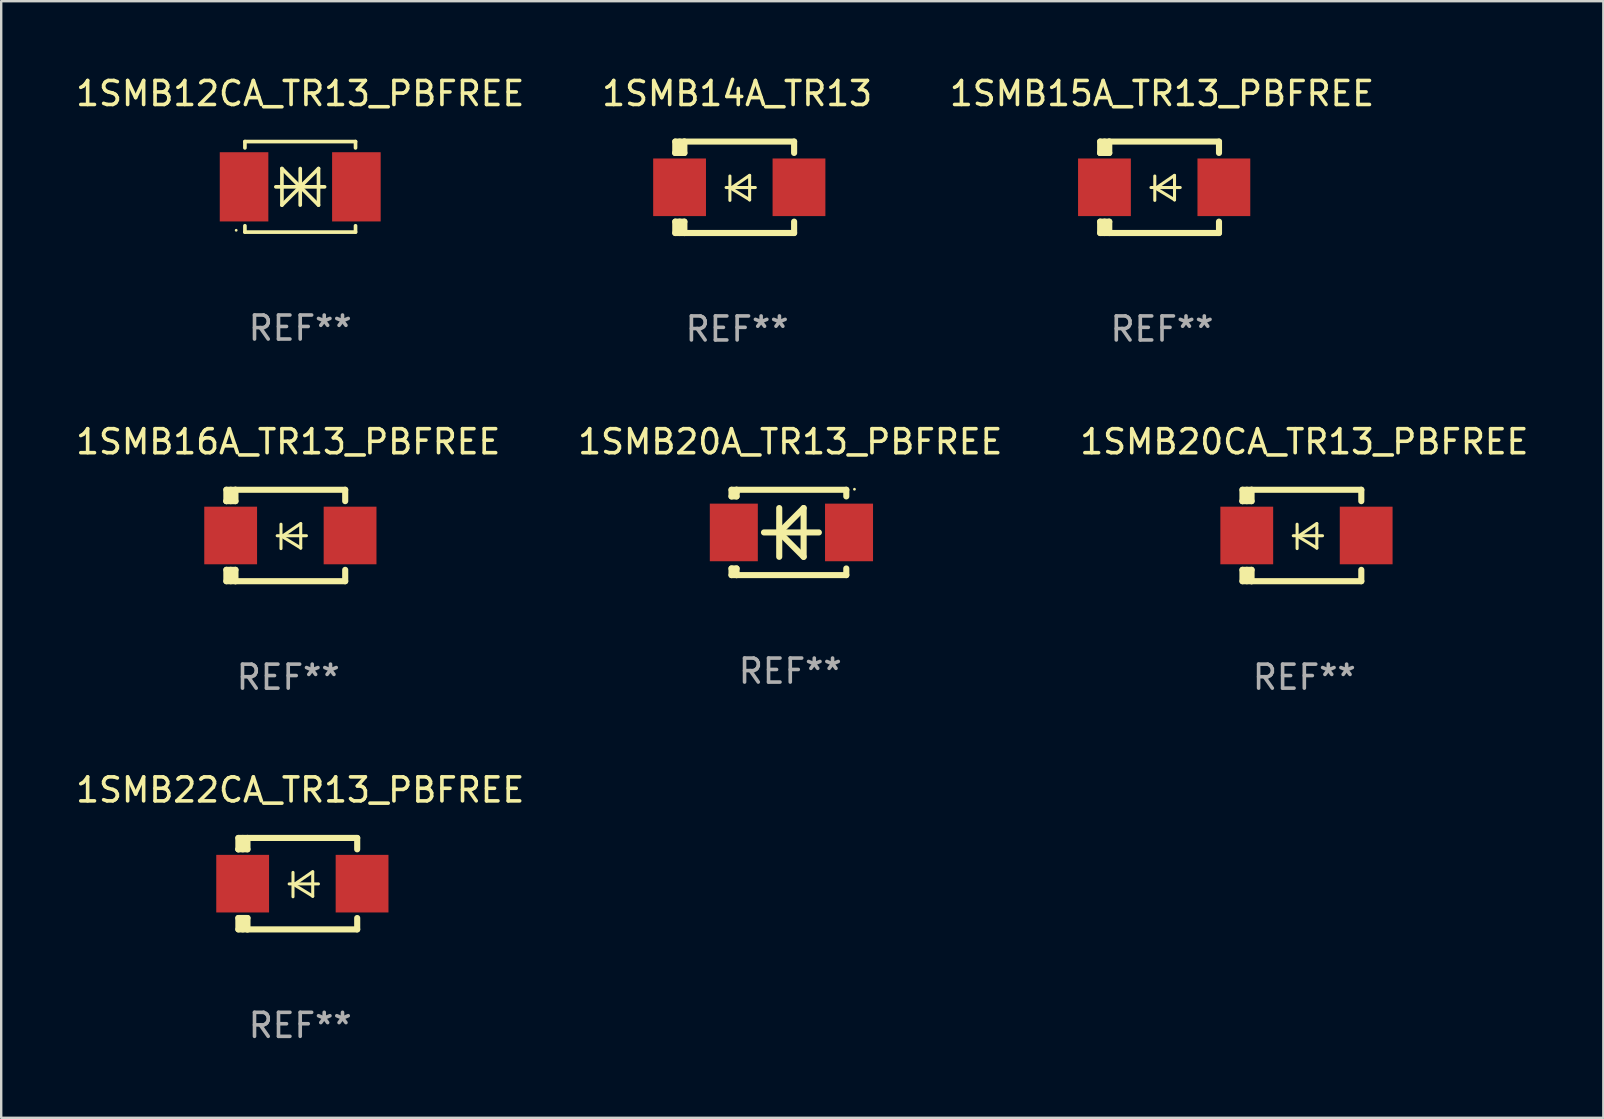
<source format=kicad_pcb>
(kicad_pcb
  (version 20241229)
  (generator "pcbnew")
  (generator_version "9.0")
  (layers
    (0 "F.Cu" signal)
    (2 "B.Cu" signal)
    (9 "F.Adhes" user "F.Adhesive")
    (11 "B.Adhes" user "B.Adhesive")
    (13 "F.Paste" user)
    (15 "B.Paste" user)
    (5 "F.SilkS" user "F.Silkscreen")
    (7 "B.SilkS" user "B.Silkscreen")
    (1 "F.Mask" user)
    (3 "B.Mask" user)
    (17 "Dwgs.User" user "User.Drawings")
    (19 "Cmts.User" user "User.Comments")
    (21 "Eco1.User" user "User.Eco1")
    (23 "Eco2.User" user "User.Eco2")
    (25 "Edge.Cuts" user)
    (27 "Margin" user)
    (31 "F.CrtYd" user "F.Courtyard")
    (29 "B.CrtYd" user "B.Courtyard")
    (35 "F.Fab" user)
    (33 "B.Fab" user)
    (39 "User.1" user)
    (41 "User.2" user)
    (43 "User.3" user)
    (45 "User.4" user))
  (footprint "1SMB16A_TR13_PBFREE"
    (layer "F.Cu")
    (at 8.958 19.26)
    (property "Reference" "1SMB16A_TR13_PBFREE" (at 0 -3.905 0) (layer "F.SilkS") (effects (font (size 1 1) (thickness 0.15))))
    (attr through_hole)
    (fp_line (start -2.577 -1.905) (end -2.577 -1.431) (stroke (width 0.254) (type solid)) (layer "F.SilkS"))
    (fp_line (start -2.577 1.431) (end -2.577 1.905) (stroke (width 0.254) (type solid)) (layer "F.SilkS"))
    (fp_line (start -2.577 1.431) (end -2.198 1.431) (stroke (width 0.254) (type solid)) (layer "F.SilkS"))
    (fp_line (start -2.577 1.905) (end -2.198 1.905) (stroke (width 0.254) (type solid)) (layer "F.SilkS"))
    (fp_line (start -2.577 -1.431) (end -2.577 -1.431) (stroke (width 0.254) (type solid)) (layer "F.SilkS"))
    (fp_line (start -2.395 -1.431) (end -2.395 -1.905) (stroke (width 0.254) (type solid)) (layer "F.SilkS"))
    (fp_line (start -2.395 1.905) (end -2.395 1.431) (stroke (width 0.254) (type solid)) (layer "F.SilkS"))
    (fp_line (start -2.198 -1.905) (end -2.577 -1.905) (stroke (width 0.254) (type solid)) (layer "F.SilkS"))
    (fp_line (start -2.198 -1.905) (end 2.374 -1.905) (stroke (width 0.254) (type solid)) (layer "F.SilkS"))
    (fp_line (start -2.198 -1.431) (end -2.577 -1.431) (stroke (width 0.254) (type solid)) (layer "F.SilkS"))
    (fp_line (start -2.198 -1.431) (end -2.198 -1.905) (stroke (width 0.254) (type solid)) (layer "F.SilkS"))
    (fp_line (start -2.198 1.905) (end -2.198 1.431) (stroke (width 0.254) (type solid)) (layer "F.SilkS"))
    (fp_line (start -0.46 0.01) (end 0.759 0.01) (stroke (width 0.127) (type solid)) (layer "F.SilkS"))
    (fp_line (start -0.301 -0.47) (end -0.301 0.546) (stroke (width 0.127) (type solid)) (layer "F.SilkS"))
    (fp_line (start -0.262 0.04) (end 0.521 0.52) (stroke (width 0.127) (type solid)) (layer "F.SilkS"))
    (fp_line (start 0.521 -0.5) (end -0.262 0.04) (stroke (width 0.127) (type solid)) (layer "F.SilkS"))
    (fp_line (start 0.521 0.53) (end 0.521 -0.486) (stroke (width 0.127) (type solid)) (layer "F.SilkS"))
    (fp_line (start 2.374 -1.905) (end 2.374 -1.431) (stroke (width 0.254) (type solid)) (layer "F.SilkS"))
    (fp_line (start 2.374 1.431) (end 2.374 1.905) (stroke (width 0.254) (type solid)) (layer "F.SilkS"))
    (fp_line (start 2.374 1.905) (end -2.198 1.905) (stroke (width 0.254) (type solid)) (layer "F.SilkS"))
    (fp_circle (center -2.561 1.8) (end -2.531 1.8) (stroke (width 0.06) (type solid)) (fill no) (layer "F.SilkS"))
    (fp_text user "REF**" (at 0 5.905 0) (layer "F.Fab") (effects (font (size 1 1) (thickness 0.15))))
    (pad "1" smd rect (at -2.398 -0.000025) (size 2.2 2.4) (layers "F.Cu" "F.Mask" "F.Paste"))
    (pad "2" smd rect (at 2.577 -0.000025) (size 2.2 2.4) (layers "F.Cu" "F.Mask" "F.Paste")))
  (footprint "1SMB12CA_TR13_PBFREE"
    (layer "F.Cu")
    (at 9.458 4.734)
    (property "Reference" "1SMB12CA_TR13_PBFREE" (at 0 -3.886 0) (layer "F.SilkS") (effects (font (size 1 1) (thickness 0.15))))
    (attr through_hole)
    (fp_line (start -2.304 -1.886) (end -2.304 -1.622) (stroke (width 0.152) (type solid)) (layer "F.SilkS"))
    (fp_line (start -2.304 -1.886) (end 2.304 -1.886) (stroke (width 0.152) (type solid)) (layer "F.SilkS"))
    (fp_line (start -2.304 1.622) (end -2.304 1.886) (stroke (width 0.152) (type solid)) (layer "F.SilkS"))
    (fp_line (start -2.304 1.886) (end 2.304 1.886) (stroke (width 0.152) (type solid)) (layer "F.SilkS"))
    (fp_line (start -1.016 0) (end 1.016 0) (stroke (width 0.152) (type solid)) (layer "F.SilkS"))
    (fp_line (start -0.762 -0.762) (end -0.762 0.762) (stroke (width 0.152) (type solid)) (layer "F.SilkS"))
    (fp_line (start -0.762 0.762) (end 0 0) (stroke (width 0.152) (type solid)) (layer "F.SilkS"))
    (fp_line (start 0 -0.762) (end 0 0.762) (stroke (width 0.152) (type solid)) (layer "F.SilkS"))
    (fp_line (start 0 0) (end -0.762 -0.762) (stroke (width 0.152) (type solid)) (layer "F.SilkS"))
    (fp_line (start 0 0) (end 0.762 0.762) (stroke (width 0.152) (type solid)) (layer "F.SilkS"))
    (fp_line (start 0.762 -0.762) (end 0 0) (stroke (width 0.152) (type solid)) (layer "F.SilkS"))
    (fp_line (start 0.762 0.762) (end 0.762 -0.762) (stroke (width 0.152) (type solid)) (layer "F.SilkS"))
    (fp_line (start 2.304 -1.886) (end 2.304 -1.622) (stroke (width 0.152) (type solid)) (layer "F.SilkS"))
    (fp_line (start 2.304 1.622) (end 2.304 1.886) (stroke (width 0.152) (type solid)) (layer "F.SilkS"))
    (fp_circle (center -2.668 1.81) (end -2.638 1.81) (stroke (width 0.06) (type solid)) (fill no) (layer "F.SilkS"))
    (fp_text user "REF**" (at 0 5.886 0) (layer "F.Fab") (effects (font (size 1 1) (thickness 0.15))))
    (pad "1" smd rect (at -2.34 0) (size 2.024 2.884) (layers "F.Cu" "F.Mask" "F.Paste"))
    (pad "2" smd rect (at 2.34 0) (size 2.024 2.884) (layers "F.Cu" "F.Mask" "F.Paste")))
  (footprint "1SMB14A_TR13"
    (layer "F.Cu")
    (at 27.661 4.753)
    (property "Reference" "1SMB14A_TR13" (at 0 -3.905 0) (layer "F.SilkS") (effects (font (size 1 1) (thickness 0.15))))
    (attr through_hole)
    (fp_line (start -2.577 -1.905) (end -2.577 -1.431) (stroke (width 0.254) (type solid)) (layer "F.SilkS"))
    (fp_line (start -2.577 1.431) (end -2.577 1.905) (stroke (width 0.254) (type solid)) (layer "F.SilkS"))
    (fp_line (start -2.577 1.431) (end -2.198 1.431) (stroke (width 0.254) (type solid)) (layer "F.SilkS"))
    (fp_line (start -2.577 1.905) (end -2.198 1.905) (stroke (width 0.254) (type solid)) (layer "F.SilkS"))
    (fp_line (start -2.577 -1.431) (end -2.577 -1.431) (stroke (width 0.254) (type solid)) (layer "F.SilkS"))
    (fp_line (start -2.395 -1.431) (end -2.395 -1.905) (stroke (width 0.254) (type solid)) (layer "F.SilkS"))
    (fp_line (start -2.395 1.905) (end -2.395 1.431) (stroke (width 0.254) (type solid)) (layer "F.SilkS"))
    (fp_line (start -2.198 -1.905) (end -2.577 -1.905) (stroke (width 0.254) (type solid)) (layer "F.SilkS"))
    (fp_line (start -2.198 -1.905) (end 2.374 -1.905) (stroke (width 0.254) (type solid)) (layer "F.SilkS"))
    (fp_line (start -2.198 -1.431) (end -2.577 -1.431) (stroke (width 0.254) (type solid)) (layer "F.SilkS"))
    (fp_line (start -2.198 -1.431) (end -2.198 -1.905) (stroke (width 0.254) (type solid)) (layer "F.SilkS"))
    (fp_line (start -2.198 1.905) (end -2.198 1.431) (stroke (width 0.254) (type solid)) (layer "F.SilkS"))
    (fp_line (start -0.46 0.01) (end 0.759 0.01) (stroke (width 0.127) (type solid)) (layer "F.SilkS"))
    (fp_line (start -0.301 -0.47) (end -0.301 0.546) (stroke (width 0.127) (type solid)) (layer "F.SilkS"))
    (fp_line (start -0.262 0.04) (end 0.521 0.52) (stroke (width 0.127) (type solid)) (layer "F.SilkS"))
    (fp_line (start 0.521 -0.5) (end -0.262 0.04) (stroke (width 0.127) (type solid)) (layer "F.SilkS"))
    (fp_line (start 0.521 0.53) (end 0.521 -0.486) (stroke (width 0.127) (type solid)) (layer "F.SilkS"))
    (fp_line (start 2.374 -1.905) (end 2.374 -1.431) (stroke (width 0.254) (type solid)) (layer "F.SilkS"))
    (fp_line (start 2.374 1.431) (end 2.374 1.905) (stroke (width 0.254) (type solid)) (layer "F.SilkS"))
    (fp_line (start 2.374 1.905) (end -2.198 1.905) (stroke (width 0.254) (type solid)) (layer "F.SilkS"))
    (fp_circle (center -2.561 1.8) (end -2.531 1.8) (stroke (width 0.06) (type solid)) (fill no) (layer "F.SilkS"))
    (fp_text user "REF**" (at 0 5.905 0) (layer "F.Fab") (effects (font (size 1 1) (thickness 0.15))))
    (pad "1" smd rect (at -2.398 -0.000025) (size 2.2 2.4) (layers "F.Cu" "F.Mask" "F.Paste"))
    (pad "2" smd rect (at 2.577 -0.000025) (size 2.2 2.4) (layers "F.Cu" "F.Mask" "F.Paste")))
  (footprint "1SMB20A_TR13_PBFREE"
    (layer "F.Cu")
    (at 29.875 19.133)
    (property "Reference" "1SMB20A_TR13_PBFREE" (at 0 -3.778 0) (layer "F.SilkS") (effects (font (size 1 1) (thickness 0.15))))
    (attr through_hole)
    (fp_line (start -2.448 1.501) (end -2.448 1.778) (stroke (width 0.254) (type solid)) (layer "F.SilkS"))
    (fp_line (start -2.448 1.778) (end -2.237 1.778) (stroke (width 0.254) (type solid)) (layer "F.SilkS"))
    (fp_line (start -2.448 -1.778) (end -2.448 -1.501) (stroke (width 0.254) (type solid)) (layer "F.SilkS"))
    (fp_line (start -2.448 -1.501) (end -2.238 -1.501) (stroke (width 0.254) (type solid)) (layer "F.SilkS"))
    (fp_line (start -2.448 1.501) (end -2.238 1.501) (stroke (width 0.254) (type solid)) (layer "F.SilkS"))
    (fp_line (start -2.238 -1.778) (end -2.448 -1.778) (stroke (width 0.254) (type solid)) (layer "F.SilkS"))
    (fp_line (start -2.238 -1.778) (end 2.334 -1.778) (stroke (width 0.254) (type solid)) (layer "F.SilkS"))
    (fp_line (start -2.238 -1.651) (end -2.238 -1.778) (stroke (width 0.254) (type solid)) (layer "F.SilkS"))
    (fp_line (start -2.238 -1.501) (end -2.238 -1.651) (stroke (width 0.254) (type solid)) (layer "F.SilkS"))
    (fp_line (start -2.238 1.778) (end -2.238 1.501) (stroke (width 0.254) (type solid)) (layer "F.SilkS"))
    (fp_line (start -1.095 0) (end 1.191 0) (stroke (width 0.254) (type solid)) (layer "F.SilkS"))
    (fp_line (start -0.46 -1.016) (end -0.46 1.016) (stroke (width 0.254) (type solid)) (layer "F.SilkS"))
    (fp_line (start -0.459 -0.000178) (end 0.557 1.016) (stroke (width 0.254) (type solid)) (layer "F.SilkS"))
    (fp_line (start 0.556 -1.016) (end 0.556 1.016) (stroke (width 0.254) (type solid)) (layer "F.SilkS"))
    (fp_line (start 0.557 -1.016) (end -0.459 -0.000178) (stroke (width 0.254) (type solid)) (layer "F.SilkS"))
    (fp_line (start 2.334 -1.778) (end 2.334 -1.501) (stroke (width 0.254) (type solid)) (layer "F.SilkS"))
    (fp_line (start 2.334 1.501) (end 2.334 1.778) (stroke (width 0.254) (type solid)) (layer "F.SilkS"))
    (fp_line (start 2.334 1.778) (end -2.238 1.778) (stroke (width 0.254) (type solid)) (layer "F.SilkS"))
    (fp_circle (center 2.674 -1.8) (end 2.704 -1.8) (stroke (width 0.06) (type solid)) (fill no) (layer "F.SilkS"))
    (fp_text user "REF**" (at 0 5.778 0) (layer "F.Fab") (effects (font (size 1 1) (thickness 0.15))))
    (pad "1" smd rect (at 2.448 -0.000025) (size 2 2.4) (layers "F.Cu" "F.Mask" "F.Paste"))
    (pad "2" smd rect (at -2.352 -0.000025) (size 2 2.4) (layers "F.Cu" "F.Mask" "F.Paste")))
  (footprint "1SMB22CA_TR13_PBFREE"
    (layer "F.Cu")
    (at 9.458 33.766)
    (property "Reference" "1SMB22CA_TR13_PBFREE" (at 0 -3.905 0) (layer "F.SilkS") (effects (font (size 1 1) (thickness 0.15))))
    (attr through_hole)
    (fp_line (start -2.577 -1.905) (end -2.577 -1.431) (stroke (width 0.254) (type solid)) (layer "F.SilkS"))
    (fp_line (start -2.577 1.431) (end -2.577 1.905) (stroke (width 0.254) (type solid)) (layer "F.SilkS"))
    (fp_line (start -2.577 1.431) (end -2.198 1.431) (stroke (width 0.254) (type solid)) (layer "F.SilkS"))
    (fp_line (start -2.577 1.905) (end -2.198 1.905) (stroke (width 0.254) (type solid)) (layer "F.SilkS"))
    (fp_line (start -2.577 -1.431) (end -2.577 -1.431) (stroke (width 0.254) (type solid)) (layer "F.SilkS"))
    (fp_line (start -2.395 -1.431) (end -2.395 -1.905) (stroke (width 0.254) (type solid)) (layer "F.SilkS"))
    (fp_line (start -2.395 1.905) (end -2.395 1.431) (stroke (width 0.254) (type solid)) (layer "F.SilkS"))
    (fp_line (start -2.198 -1.905) (end -2.577 -1.905) (stroke (width 0.254) (type solid)) (layer "F.SilkS"))
    (fp_line (start -2.198 -1.905) (end 2.374 -1.905) (stroke (width 0.254) (type solid)) (layer "F.SilkS"))
    (fp_line (start -2.198 -1.431) (end -2.577 -1.431) (stroke (width 0.254) (type solid)) (layer "F.SilkS"))
    (fp_line (start -2.198 -1.431) (end -2.198 -1.905) (stroke (width 0.254) (type solid)) (layer "F.SilkS"))
    (fp_line (start -2.198 1.905) (end -2.198 1.431) (stroke (width 0.254) (type solid)) (layer "F.SilkS"))
    (fp_line (start -0.46 0.01) (end 0.759 0.01) (stroke (width 0.127) (type solid)) (layer "F.SilkS"))
    (fp_line (start -0.301 -0.47) (end -0.301 0.546) (stroke (width 0.127) (type solid)) (layer "F.SilkS"))
    (fp_line (start -0.262 0.04) (end 0.521 0.52) (stroke (width 0.127) (type solid)) (layer "F.SilkS"))
    (fp_line (start 0.521 -0.5) (end -0.262 0.04) (stroke (width 0.127) (type solid)) (layer "F.SilkS"))
    (fp_line (start 0.521 0.53) (end 0.521 -0.486) (stroke (width 0.127) (type solid)) (layer "F.SilkS"))
    (fp_line (start 2.374 -1.905) (end 2.374 -1.431) (stroke (width 0.254) (type solid)) (layer "F.SilkS"))
    (fp_line (start 2.374 1.431) (end 2.374 1.905) (stroke (width 0.254) (type solid)) (layer "F.SilkS"))
    (fp_line (start 2.374 1.905) (end -2.198 1.905) (stroke (width 0.254) (type solid)) (layer "F.SilkS"))
    (fp_circle (center -2.561 1.8) (end -2.531 1.8) (stroke (width 0.06) (type solid)) (fill no) (layer "F.SilkS"))
    (fp_text user "REF**" (at 0 5.905 0) (layer "F.Fab") (effects (font (size 1 1) (thickness 0.15))))
    (pad "1" smd rect (at -2.398 -0.000025) (size 2.2 2.4) (layers "F.Cu" "F.Mask" "F.Paste"))
    (pad "2" smd rect (at 2.577 -0.000025) (size 2.2 2.4) (layers "F.Cu" "F.Mask" "F.Paste")))
  (footprint "1SMB20CA_TR13_PBFREE"
    (layer "F.Cu")
    (at 51.292 19.26)
    (property "Reference" "1SMB20CA_TR13_PBFREE" (at 0 -3.905 0) (layer "F.SilkS") (effects (font (size 1 1) (thickness 0.15))))
    (attr through_hole)
    (fp_line (start -2.577 -1.905) (end -2.577 -1.431) (stroke (width 0.254) (type solid)) (layer "F.SilkS"))
    (fp_line (start -2.577 1.431) (end -2.577 1.905) (stroke (width 0.254) (type solid)) (layer "F.SilkS"))
    (fp_line (start -2.577 1.431) (end -2.198 1.431) (stroke (width 0.254) (type solid)) (layer "F.SilkS"))
    (fp_line (start -2.577 1.905) (end -2.198 1.905) (stroke (width 0.254) (type solid)) (layer "F.SilkS"))
    (fp_line (start -2.577 -1.431) (end -2.577 -1.431) (stroke (width 0.254) (type solid)) (layer "F.SilkS"))
    (fp_line (start -2.395 -1.431) (end -2.395 -1.905) (stroke (width 0.254) (type solid)) (layer "F.SilkS"))
    (fp_line (start -2.395 1.905) (end -2.395 1.431) (stroke (width 0.254) (type solid)) (layer "F.SilkS"))
    (fp_line (start -2.198 -1.905) (end -2.577 -1.905) (stroke (width 0.254) (type solid)) (layer "F.SilkS"))
    (fp_line (start -2.198 -1.905) (end 2.374 -1.905) (stroke (width 0.254) (type solid)) (layer "F.SilkS"))
    (fp_line (start -2.198 -1.431) (end -2.577 -1.431) (stroke (width 0.254) (type solid)) (layer "F.SilkS"))
    (fp_line (start -2.198 -1.431) (end -2.198 -1.905) (stroke (width 0.254) (type solid)) (layer "F.SilkS"))
    (fp_line (start -2.198 1.905) (end -2.198 1.431) (stroke (width 0.254) (type solid)) (layer "F.SilkS"))
    (fp_line (start -0.46 0.01) (end 0.759 0.01) (stroke (width 0.127) (type solid)) (layer "F.SilkS"))
    (fp_line (start -0.301 -0.47) (end -0.301 0.546) (stroke (width 0.127) (type solid)) (layer "F.SilkS"))
    (fp_line (start -0.262 0.04) (end 0.521 0.52) (stroke (width 0.127) (type solid)) (layer "F.SilkS"))
    (fp_line (start 0.521 -0.5) (end -0.262 0.04) (stroke (width 0.127) (type solid)) (layer "F.SilkS"))
    (fp_line (start 0.521 0.53) (end 0.521 -0.486) (stroke (width 0.127) (type solid)) (layer "F.SilkS"))
    (fp_line (start 2.374 -1.905) (end 2.374 -1.431) (stroke (width 0.254) (type solid)) (layer "F.SilkS"))
    (fp_line (start 2.374 1.431) (end 2.374 1.905) (stroke (width 0.254) (type solid)) (layer "F.SilkS"))
    (fp_line (start 2.374 1.905) (end -2.198 1.905) (stroke (width 0.254) (type solid)) (layer "F.SilkS"))
    (fp_circle (center -2.561 1.8) (end -2.531 1.8) (stroke (width 0.06) (type solid)) (fill no) (layer "F.SilkS"))
    (fp_text user "REF**" (at 0 5.905 0) (layer "F.Fab") (effects (font (size 1 1) (thickness 0.15))))
    (pad "1" smd rect (at -2.398 -0.000025) (size 2.2 2.4) (layers "F.Cu" "F.Mask" "F.Paste"))
    (pad "2" smd rect (at 2.577 -0.000025) (size 2.2 2.4) (layers "F.Cu" "F.Mask" "F.Paste")))
  (footprint "1SMB15A_TR13_PBFREE"
    (layer "F.Cu")
    (at 45.363 4.753)
    (property "Reference" "1SMB15A_TR13_PBFREE" (at 0 -3.905 0) (layer "F.SilkS") (effects (font (size 1 1) (thickness 0.15))))
    (attr through_hole)
    (fp_line (start -2.577 -1.905) (end -2.577 -1.431) (stroke (width 0.254) (type solid)) (layer "F.SilkS"))
    (fp_line (start -2.577 1.431) (end -2.577 1.905) (stroke (width 0.254) (type solid)) (layer "F.SilkS"))
    (fp_line (start -2.577 1.431) (end -2.198 1.431) (stroke (width 0.254) (type solid)) (layer "F.SilkS"))
    (fp_line (start -2.577 1.905) (end -2.198 1.905) (stroke (width 0.254) (type solid)) (layer "F.SilkS"))
    (fp_line (start -2.577 -1.431) (end -2.577 -1.431) (stroke (width 0.254) (type solid)) (layer "F.SilkS"))
    (fp_line (start -2.395 -1.431) (end -2.395 -1.905) (stroke (width 0.254) (type solid)) (layer "F.SilkS"))
    (fp_line (start -2.395 1.905) (end -2.395 1.431) (stroke (width 0.254) (type solid)) (layer "F.SilkS"))
    (fp_line (start -2.198 -1.905) (end -2.577 -1.905) (stroke (width 0.254) (type solid)) (layer "F.SilkS"))
    (fp_line (start -2.198 -1.905) (end 2.374 -1.905) (stroke (width 0.254) (type solid)) (layer "F.SilkS"))
    (fp_line (start -2.198 -1.431) (end -2.577 -1.431) (stroke (width 0.254) (type solid)) (layer "F.SilkS"))
    (fp_line (start -2.198 -1.431) (end -2.198 -1.905) (stroke (width 0.254) (type solid)) (layer "F.SilkS"))
    (fp_line (start -2.198 1.905) (end -2.198 1.431) (stroke (width 0.254) (type solid)) (layer "F.SilkS"))
    (fp_line (start -0.46 0.01) (end 0.759 0.01) (stroke (width 0.127) (type solid)) (layer "F.SilkS"))
    (fp_line (start -0.301 -0.47) (end -0.301 0.546) (stroke (width 0.127) (type solid)) (layer "F.SilkS"))
    (fp_line (start -0.262 0.04) (end 0.521 0.52) (stroke (width 0.127) (type solid)) (layer "F.SilkS"))
    (fp_line (start 0.521 -0.5) (end -0.262 0.04) (stroke (width 0.127) (type solid)) (layer "F.SilkS"))
    (fp_line (start 0.521 0.53) (end 0.521 -0.486) (stroke (width 0.127) (type solid)) (layer "F.SilkS"))
    (fp_line (start 2.374 -1.905) (end 2.374 -1.431) (stroke (width 0.254) (type solid)) (layer "F.SilkS"))
    (fp_line (start 2.374 1.431) (end 2.374 1.905) (stroke (width 0.254) (type solid)) (layer "F.SilkS"))
    (fp_line (start 2.374 1.905) (end -2.198 1.905) (stroke (width 0.254) (type solid)) (layer "F.SilkS"))
    (fp_circle (center -2.561 1.8) (end -2.531 1.8) (stroke (width 0.06) (type solid)) (fill no) (layer "F.SilkS"))
    (fp_text user "REF**" (at 0 5.905 0) (layer "F.Fab") (effects (font (size 1 1) (thickness 0.15))))
    (pad "1" smd rect (at -2.398 -0.000025) (size 2.2 2.4) (layers "F.Cu" "F.Mask" "F.Paste"))
    (pad "2" smd rect (at 2.577 -0.000025) (size 2.2 2.4) (layers "F.Cu" "F.Mask" "F.Paste")))
  (gr_rect
    (start -3 -3)
    (end 63.75 43.52)
    (stroke (width 0.1) (type default))
    (fill no)
    (layer "Edge.Cuts")))
</source>
